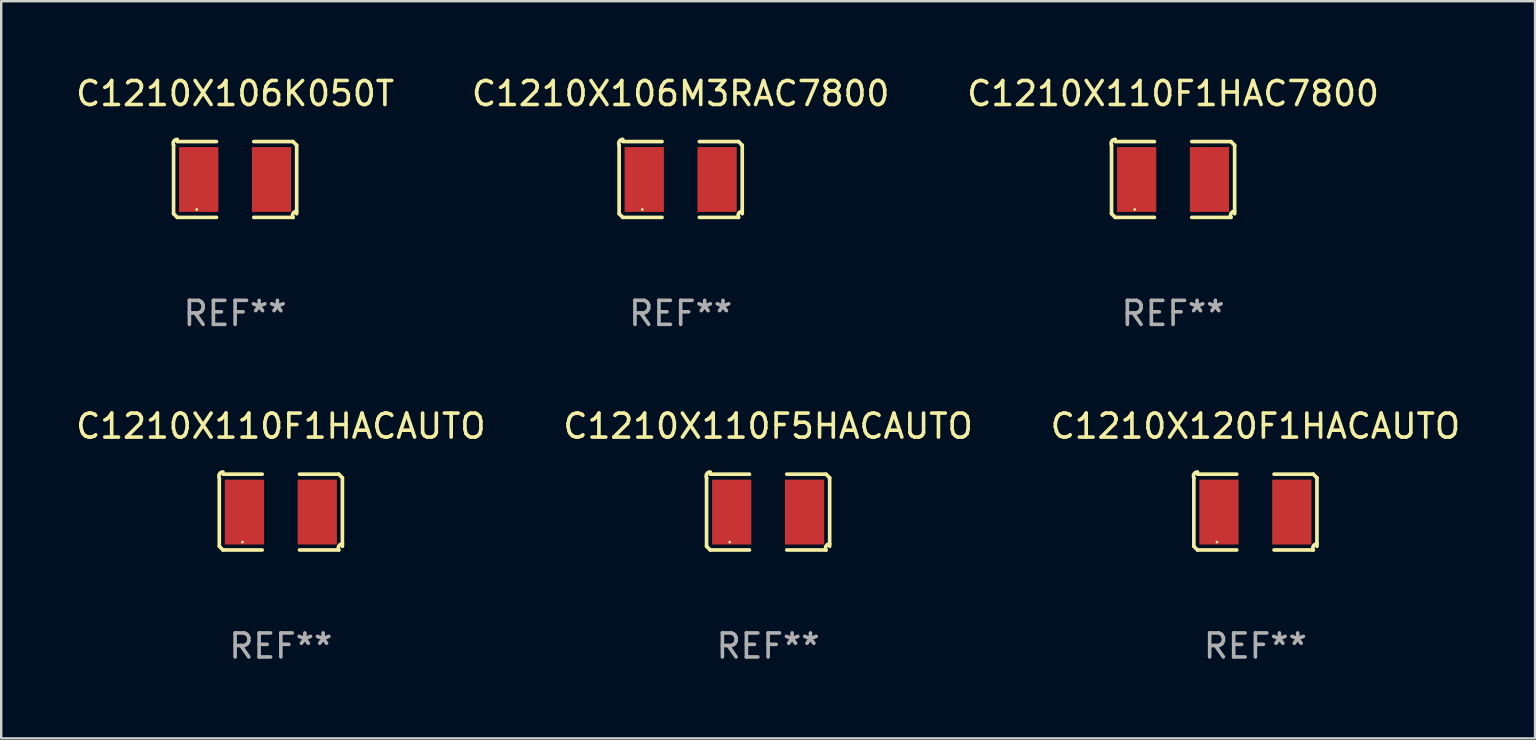
<source format=kicad_pcb>
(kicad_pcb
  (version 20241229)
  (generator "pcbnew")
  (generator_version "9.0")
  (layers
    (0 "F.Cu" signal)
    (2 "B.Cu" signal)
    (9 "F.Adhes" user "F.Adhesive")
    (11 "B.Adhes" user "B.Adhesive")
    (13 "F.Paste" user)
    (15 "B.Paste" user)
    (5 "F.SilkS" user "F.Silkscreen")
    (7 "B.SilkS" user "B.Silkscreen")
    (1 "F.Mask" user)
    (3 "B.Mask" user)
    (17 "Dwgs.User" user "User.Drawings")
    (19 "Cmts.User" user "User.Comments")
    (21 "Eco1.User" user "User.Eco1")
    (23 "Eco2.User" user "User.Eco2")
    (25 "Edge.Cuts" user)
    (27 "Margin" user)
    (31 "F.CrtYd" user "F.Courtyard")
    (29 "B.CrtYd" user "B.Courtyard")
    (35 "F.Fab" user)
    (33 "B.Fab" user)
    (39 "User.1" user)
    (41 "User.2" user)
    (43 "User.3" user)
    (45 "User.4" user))
  (footprint "C1210X120F1HACAUTO"
    (layer "F.Cu")
    (at 49.244 18.281)
    (property "Reference" "C1210X120F1HACAUTO" (at 0 -3.579 0) (layer "F.SilkS") (effects (font (size 1 1) (thickness 0.15))))
    (attr through_hole)
    (fp_line (start -2.564 1.426) (end -2.564 -1.426) (stroke (width 0.152) (type solid)) (layer "F.SilkS"))
    (fp_line (start -2.411 -1.579) (end -0.776 -1.579) (stroke (width 0.152) (type solid)) (layer "F.SilkS"))
    (fp_line (start -0.776 1.579) (end -2.411 1.579) (stroke (width 0.152) (type solid)) (layer "F.SilkS"))
    (fp_line (start 0.776 1.579) (end 2.411 1.579) (stroke (width 0.152) (type solid)) (layer "F.SilkS"))
    (fp_line (start 2.411 -1.579) (end 0.776 -1.579) (stroke (width 0.152) (type solid)) (layer "F.SilkS"))
    (fp_line (start 2.564 1.426) (end 2.564 -1.426) (stroke (width 0.152) (type solid)) (layer "F.SilkS"))
    (fp_arc (start -2.563602 -1.426213) (mid -2.555597 -1.591233) (end -2.411201 -1.671518) (stroke (width 0.1524) (type solid)) (layer "F.SilkS"))
    (fp_arc (start -2.5636 1.426214) (mid -2.487389 1.502402) (end -2.411201 1.578613) (stroke (width 0.1524) (type solid)) (layer "F.SilkS"))
    (fp_arc (start 2.411197 -1.578618) (mid 2.487403 -1.502419) (end 2.563602 -1.426213) (stroke (width 0.1524) (type solid)) (layer "F.SilkS"))
    (fp_arc (start 2.411201 1.578613) (mid 2.416214 1.409455) (end 2.563602 1.32629) (stroke (width 0.1524) (type solid)) (layer "F.SilkS"))
    (fp_circle (center -1.6 1.25) (end -1.57 1.25) (stroke (width 0.06) (type solid)) (fill no) (layer "F.SilkS"))
    (fp_text user "REF**" (at 0 5.579 0) (layer "F.Fab") (effects (font (size 1 1) (thickness 0.15))))
    (pad "1" smd rect (at -1.517 0) (size 1.635 2.7) (layers "F.Cu" "F.Mask" "F.Paste"))
    (pad "2" smd rect (at 1.517 0) (size 1.635 2.7) (layers "F.Cu" "F.Mask" "F.Paste")))
  (footprint "C1210X106M3RAC7800"
    (layer "F.Cu")
    (at 25.304 4.427)
    (property "Reference" "C1210X106M3RAC7800" (at 0 -3.579 0) (layer "F.SilkS") (effects (font (size 1 1) (thickness 0.15))))
    (attr through_hole)
    (fp_line (start -2.564 1.426) (end -2.564 -1.426) (stroke (width 0.152) (type solid)) (layer "F.SilkS"))
    (fp_line (start -2.411 -1.579) (end -0.776 -1.579) (stroke (width 0.152) (type solid)) (layer "F.SilkS"))
    (fp_line (start -0.776 1.579) (end -2.411 1.579) (stroke (width 0.152) (type solid)) (layer "F.SilkS"))
    (fp_line (start 0.776 1.579) (end 2.411 1.579) (stroke (width 0.152) (type solid)) (layer "F.SilkS"))
    (fp_line (start 2.411 -1.579) (end 0.776 -1.579) (stroke (width 0.152) (type solid)) (layer "F.SilkS"))
    (fp_line (start 2.564 1.426) (end 2.564 -1.426) (stroke (width 0.152) (type solid)) (layer "F.SilkS"))
    (fp_arc (start -2.563602 -1.426213) (mid -2.555597 -1.591233) (end -2.411201 -1.671518) (stroke (width 0.1524) (type solid)) (layer "F.SilkS"))
    (fp_arc (start -2.5636 1.426214) (mid -2.487389 1.502402) (end -2.411201 1.578613) (stroke (width 0.1524) (type solid)) (layer "F.SilkS"))
    (fp_arc (start 2.411197 -1.578618) (mid 2.487403 -1.502419) (end 2.563602 -1.426213) (stroke (width 0.1524) (type solid)) (layer "F.SilkS"))
    (fp_arc (start 2.411201 1.578613) (mid 2.416214 1.409455) (end 2.563602 1.32629) (stroke (width 0.1524) (type solid)) (layer "F.SilkS"))
    (fp_circle (center -1.6 1.25) (end -1.57 1.25) (stroke (width 0.06) (type solid)) (fill no) (layer "F.SilkS"))
    (fp_text user "REF**" (at 0 5.579 0) (layer "F.Fab") (effects (font (size 1 1) (thickness 0.15))))
    (pad "1" smd rect (at -1.517 0) (size 1.635 2.7) (layers "F.Cu" "F.Mask" "F.Paste"))
    (pad "2" smd rect (at 1.517 0) (size 1.635 2.7) (layers "F.Cu" "F.Mask" "F.Paste")))
  (footprint "C1210X110F1HACAUTO"
    (layer "F.Cu")
    (at 8.649 18.281)
    (property "Reference" "C1210X110F1HACAUTO" (at 0 -3.579 0) (layer "F.SilkS") (effects (font (size 1 1) (thickness 0.15))))
    (attr through_hole)
    (fp_line (start -2.564 1.426) (end -2.564 -1.426) (stroke (width 0.152) (type solid)) (layer "F.SilkS"))
    (fp_line (start -2.411 -1.579) (end -0.776 -1.579) (stroke (width 0.152) (type solid)) (layer "F.SilkS"))
    (fp_line (start -0.776 1.579) (end -2.411 1.579) (stroke (width 0.152) (type solid)) (layer "F.SilkS"))
    (fp_line (start 0.776 1.579) (end 2.411 1.579) (stroke (width 0.152) (type solid)) (layer "F.SilkS"))
    (fp_line (start 2.411 -1.579) (end 0.776 -1.579) (stroke (width 0.152) (type solid)) (layer "F.SilkS"))
    (fp_line (start 2.564 1.426) (end 2.564 -1.426) (stroke (width 0.152) (type solid)) (layer "F.SilkS"))
    (fp_arc (start -2.563602 -1.426213) (mid -2.555597 -1.591233) (end -2.411201 -1.671518) (stroke (width 0.1524) (type solid)) (layer "F.SilkS"))
    (fp_arc (start -2.5636 1.426214) (mid -2.487389 1.502402) (end -2.411201 1.578613) (stroke (width 0.1524) (type solid)) (layer "F.SilkS"))
    (fp_arc (start 2.411197 -1.578618) (mid 2.487403 -1.502419) (end 2.563602 -1.426213) (stroke (width 0.1524) (type solid)) (layer "F.SilkS"))
    (fp_arc (start 2.411201 1.578613) (mid 2.416214 1.409455) (end 2.563602 1.32629) (stroke (width 0.1524) (type solid)) (layer "F.SilkS"))
    (fp_circle (center -1.6 1.25) (end -1.57 1.25) (stroke (width 0.06) (type solid)) (fill no) (layer "F.SilkS"))
    (fp_text user "REF**" (at 0 5.579 0) (layer "F.Fab") (effects (font (size 1 1) (thickness 0.15))))
    (pad "1" smd rect (at -1.517 0) (size 1.635 2.7) (layers "F.Cu" "F.Mask" "F.Paste"))
    (pad "2" smd rect (at 1.517 0) (size 1.635 2.7) (layers "F.Cu" "F.Mask" "F.Paste")))
  (footprint "C1210X110F1HAC7800"
    (layer "F.Cu")
    (at 45.815 4.427)
    (property "Reference" "C1210X110F1HAC7800" (at 0 -3.579 0) (layer "F.SilkS") (effects (font (size 1 1) (thickness 0.15))))
    (attr through_hole)
    (fp_line (start -2.564 1.426) (end -2.564 -1.426) (stroke (width 0.152) (type solid)) (layer "F.SilkS"))
    (fp_line (start -2.411 -1.579) (end -0.776 -1.579) (stroke (width 0.152) (type solid)) (layer "F.SilkS"))
    (fp_line (start -0.776 1.579) (end -2.411 1.579) (stroke (width 0.152) (type solid)) (layer "F.SilkS"))
    (fp_line (start 0.776 1.579) (end 2.411 1.579) (stroke (width 0.152) (type solid)) (layer "F.SilkS"))
    (fp_line (start 2.411 -1.579) (end 0.776 -1.579) (stroke (width 0.152) (type solid)) (layer "F.SilkS"))
    (fp_line (start 2.564 1.426) (end 2.564 -1.426) (stroke (width 0.152) (type solid)) (layer "F.SilkS"))
    (fp_arc (start -2.563602 -1.426213) (mid -2.555597 -1.591233) (end -2.411201 -1.671518) (stroke (width 0.1524) (type solid)) (layer "F.SilkS"))
    (fp_arc (start -2.5636 1.426214) (mid -2.487389 1.502402) (end -2.411201 1.578613) (stroke (width 0.1524) (type solid)) (layer "F.SilkS"))
    (fp_arc (start 2.411197 -1.578618) (mid 2.487403 -1.502419) (end 2.563602 -1.426213) (stroke (width 0.1524) (type solid)) (layer "F.SilkS"))
    (fp_arc (start 2.411201 1.578613) (mid 2.416214 1.409455) (end 2.563602 1.32629) (stroke (width 0.1524) (type solid)) (layer "F.SilkS"))
    (fp_circle (center -1.6 1.25) (end -1.57 1.25) (stroke (width 0.06) (type solid)) (fill no) (layer "F.SilkS"))
    (fp_text user "REF**" (at 0 5.579 0) (layer "F.Fab") (effects (font (size 1 1) (thickness 0.15))))
    (pad "1" smd rect (at -1.517 0) (size 1.635 2.7) (layers "F.Cu" "F.Mask" "F.Paste"))
    (pad "2" smd rect (at 1.517 0) (size 1.635 2.7) (layers "F.Cu" "F.Mask" "F.Paste")))
  (footprint "C1210X106K050T"
    (layer "F.Cu")
    (at 6.744 4.427)
    (property "Reference" "C1210X106K050T" (at 0 -3.579 0) (layer "F.SilkS") (effects (font (size 1 1) (thickness 0.15))))
    (attr through_hole)
    (fp_line (start -2.564 1.426) (end -2.564 -1.426) (stroke (width 0.152) (type solid)) (layer "F.SilkS"))
    (fp_line (start -2.411 -1.579) (end -0.776 -1.579) (stroke (width 0.152) (type solid)) (layer "F.SilkS"))
    (fp_line (start -0.776 1.579) (end -2.411 1.579) (stroke (width 0.152) (type solid)) (layer "F.SilkS"))
    (fp_line (start 0.776 1.579) (end 2.411 1.579) (stroke (width 0.152) (type solid)) (layer "F.SilkS"))
    (fp_line (start 2.411 -1.579) (end 0.776 -1.579) (stroke (width 0.152) (type solid)) (layer "F.SilkS"))
    (fp_line (start 2.564 1.426) (end 2.564 -1.426) (stroke (width 0.152) (type solid)) (layer "F.SilkS"))
    (fp_arc (start -2.563602 -1.426213) (mid -2.555597 -1.591233) (end -2.411201 -1.671518) (stroke (width 0.1524) (type solid)) (layer "F.SilkS"))
    (fp_arc (start -2.5636 1.426214) (mid -2.487389 1.502402) (end -2.411201 1.578613) (stroke (width 0.1524) (type solid)) (layer "F.SilkS"))
    (fp_arc (start 2.411197 -1.578618) (mid 2.487403 -1.502419) (end 2.563602 -1.426213) (stroke (width 0.1524) (type solid)) (layer "F.SilkS"))
    (fp_arc (start 2.411201 1.578613) (mid 2.416214 1.409455) (end 2.563602 1.32629) (stroke (width 0.1524) (type solid)) (layer "F.SilkS"))
    (fp_circle (center -1.6 1.25) (end -1.57 1.25) (stroke (width 0.06) (type solid)) (fill no) (layer "F.SilkS"))
    (fp_text user "REF**" (at 0 5.579 0) (layer "F.Fab") (effects (font (size 1 1) (thickness 0.15))))
    (pad "1" smd rect (at -1.517 0) (size 1.635 2.7) (layers "F.Cu" "F.Mask" "F.Paste"))
    (pad "2" smd rect (at 1.517 0) (size 1.635 2.7) (layers "F.Cu" "F.Mask" "F.Paste")))
  (footprint "C1210X110F5HACAUTO"
    (layer "F.Cu")
    (at 28.946 18.281)
    (property "Reference" "C1210X110F5HACAUTO" (at 0 -3.579 0) (layer "F.SilkS") (effects (font (size 1 1) (thickness 0.15))))
    (attr through_hole)
    (fp_line (start -2.564 1.426) (end -2.564 -1.426) (stroke (width 0.152) (type solid)) (layer "F.SilkS"))
    (fp_line (start -2.411 -1.579) (end -0.776 -1.579) (stroke (width 0.152) (type solid)) (layer "F.SilkS"))
    (fp_line (start -0.776 1.579) (end -2.411 1.579) (stroke (width 0.152) (type solid)) (layer "F.SilkS"))
    (fp_line (start 0.776 1.579) (end 2.411 1.579) (stroke (width 0.152) (type solid)) (layer "F.SilkS"))
    (fp_line (start 2.411 -1.579) (end 0.776 -1.579) (stroke (width 0.152) (type solid)) (layer "F.SilkS"))
    (fp_line (start 2.564 1.426) (end 2.564 -1.426) (stroke (width 0.152) (type solid)) (layer "F.SilkS"))
    (fp_arc (start -2.563602 -1.426213) (mid -2.555597 -1.591233) (end -2.411201 -1.671518) (stroke (width 0.1524) (type solid)) (layer "F.SilkS"))
    (fp_arc (start -2.5636 1.426214) (mid -2.487389 1.502402) (end -2.411201 1.578613) (stroke (width 0.1524) (type solid)) (layer "F.SilkS"))
    (fp_arc (start 2.411197 -1.578618) (mid 2.487403 -1.502419) (end 2.563602 -1.426213) (stroke (width 0.1524) (type solid)) (layer "F.SilkS"))
    (fp_arc (start 2.411201 1.578613) (mid 2.416214 1.409455) (end 2.563602 1.32629) (stroke (width 0.1524) (type solid)) (layer "F.SilkS"))
    (fp_circle (center -1.6 1.25) (end -1.57 1.25) (stroke (width 0.06) (type solid)) (fill no) (layer "F.SilkS"))
    (fp_text user "REF**" (at 0 5.579 0) (layer "F.Fab") (effects (font (size 1 1) (thickness 0.15))))
    (pad "1" smd rect (at -1.517 0) (size 1.635 2.7) (layers "F.Cu" "F.Mask" "F.Paste"))
    (pad "2" smd rect (at 1.517 0) (size 1.635 2.7) (layers "F.Cu" "F.Mask" "F.Paste")))
  (gr_rect
    (start -3 -3)
    (end 60.893 27.707)
    (stroke (width 0.1) (type default))
    (fill no)
    (layer "Edge.Cuts")))
</source>
